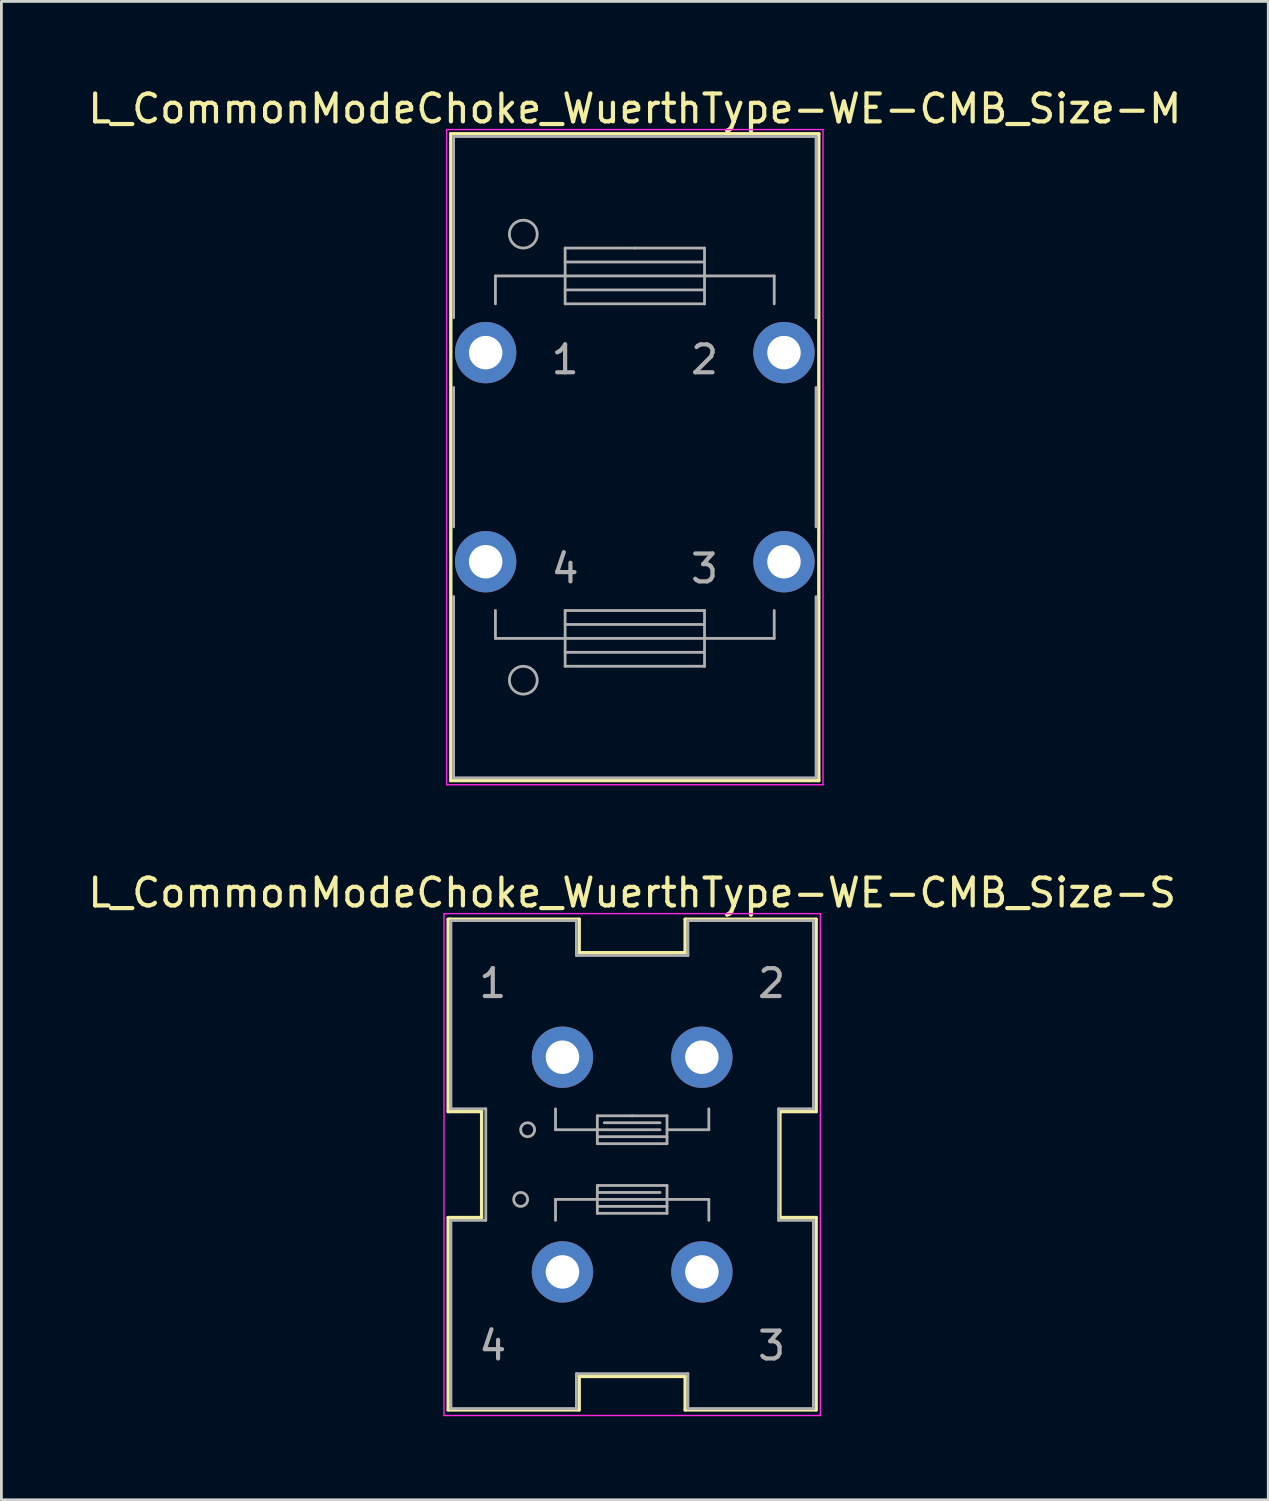
<source format=kicad_pcb>
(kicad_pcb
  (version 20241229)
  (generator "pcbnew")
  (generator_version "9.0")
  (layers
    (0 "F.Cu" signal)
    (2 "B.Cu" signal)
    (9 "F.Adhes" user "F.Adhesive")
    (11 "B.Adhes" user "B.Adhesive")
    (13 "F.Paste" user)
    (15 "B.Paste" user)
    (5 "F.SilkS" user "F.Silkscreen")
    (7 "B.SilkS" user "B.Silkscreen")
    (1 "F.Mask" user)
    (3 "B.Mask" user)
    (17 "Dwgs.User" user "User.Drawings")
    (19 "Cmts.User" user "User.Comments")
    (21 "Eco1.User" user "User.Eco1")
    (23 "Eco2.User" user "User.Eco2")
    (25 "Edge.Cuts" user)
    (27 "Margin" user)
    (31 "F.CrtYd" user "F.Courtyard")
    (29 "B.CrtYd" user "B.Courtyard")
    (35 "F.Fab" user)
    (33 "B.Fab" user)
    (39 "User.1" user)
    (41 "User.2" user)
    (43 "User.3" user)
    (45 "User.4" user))
  (footprint "L_CommonModeChoke_WuerthType-WE-CMB_Size-S"
    (layer "F.Cu")
    (at 17.125 34.871)
    (property "Reference" "L_CommonModeChoke_WuerthType-WE-CMB_Size-S" (at 2.5 -5.9 0) (layer "F.SilkS") (effects (font (size 1 1) (thickness 0.15))))
    (attr through_hole)
    (fp_line (start -4.1 -4.95) (end -4 -4.95) (stroke (width 0.12) (type solid)) (layer "F.SilkS"))
    (fp_line (start -4.1 1.95) (end -4.1 -4.95) (stroke (width 0.12) (type solid)) (layer "F.SilkS"))
    (fp_line (start -4.1 5.75) (end -2.9 5.75) (stroke (width 0.12) (type solid)) (layer "F.SilkS"))
    (fp_line (start -4.1 12.65) (end -4.1 5.75) (stroke (width 0.12) (type solid)) (layer "F.SilkS"))
    (fp_line (start -4 -4.95) (end 0.6 -4.95) (stroke (width 0.12) (type solid)) (layer "F.SilkS"))
    (fp_line (start -2.9 1.95) (end -4.1 1.95) (stroke (width 0.12) (type solid)) (layer "F.SilkS"))
    (fp_line (start -2.9 5.75) (end -2.9 1.95) (stroke (width 0.12) (type solid)) (layer "F.SilkS"))
    (fp_line (start 0.6 -4.95) (end 0.6 -3.75) (stroke (width 0.12) (type solid)) (layer "F.SilkS"))
    (fp_line (start 0.6 -3.75) (end 4.4 -3.75) (stroke (width 0.12) (type solid)) (layer "F.SilkS"))
    (fp_line (start 0.6 11.45) (end 0.6 12.65) (stroke (width 0.12) (type solid)) (layer "F.SilkS"))
    (fp_line (start 0.6 12.65) (end -4.1 12.65) (stroke (width 0.12) (type solid)) (layer "F.SilkS"))
    (fp_line (start 4.4 -4.95) (end 9.1 -4.95) (stroke (width 0.12) (type solid)) (layer "F.SilkS"))
    (fp_line (start 4.4 -3.75) (end 4.4 -4.95) (stroke (width 0.12) (type solid)) (layer "F.SilkS"))
    (fp_line (start 4.4 11.45) (end 0.6 11.45) (stroke (width 0.12) (type solid)) (layer "F.SilkS"))
    (fp_line (start 4.4 12.65) (end 4.4 11.45) (stroke (width 0.12) (type solid)) (layer "F.SilkS"))
    (fp_line (start 7.8 1.95) (end 7.8 5.75) (stroke (width 0.12) (type solid)) (layer "F.SilkS"))
    (fp_line (start 7.8 5.75) (end 9.1 5.75) (stroke (width 0.12) (type solid)) (layer "F.SilkS"))
    (fp_line (start 9.1 -4.95) (end 9.1 1.95) (stroke (width 0.12) (type solid)) (layer "F.SilkS"))
    (fp_line (start 9.1 1.95) (end 7.8 1.95) (stroke (width 0.12) (type solid)) (layer "F.SilkS"))
    (fp_line (start 9.1 5.75) (end 9.1 12.65) (stroke (width 0.12) (type solid)) (layer "F.SilkS"))
    (fp_line (start 9.1 12.65) (end 4.4 12.65) (stroke (width 0.12) (type solid)) (layer "F.SilkS"))
    (fp_line (start -4.25 -5.15) (end -4.25 12.85) (stroke (width 0.05) (type solid)) (layer "F.CrtYd"))
    (fp_line (start -4.25 12.85) (end 9.25 12.85) (stroke (width 0.05) (type solid)) (layer "F.CrtYd"))
    (fp_line (start 9.25 -5.15) (end -4.25 -5.15) (stroke (width 0.05) (type solid)) (layer "F.CrtYd"))
    (fp_line (start 9.25 12.85) (end 9.25 -5.15) (stroke (width 0.05) (type solid)) (layer "F.CrtYd"))
    (fp_line (start -4 -4.9) (end -4 1.85) (stroke (width 0.1) (type solid)) (layer "F.Fab"))
    (fp_line (start -4 1.85) (end -2.75 1.85) (stroke (width 0.1) (type solid)) (layer "F.Fab"))
    (fp_line (start -4 5.85) (end -4 12.6) (stroke (width 0.1) (type solid)) (layer "F.Fab"))
    (fp_line (start -4 12.6) (end 0.5 12.6) (stroke (width 0.1) (type solid)) (layer "F.Fab"))
    (fp_line (start -2.75 1.85) (end -2.75 5.85) (stroke (width 0.1) (type solid)) (layer "F.Fab"))
    (fp_line (start -2.75 5.85) (end -4 5.85) (stroke (width 0.1) (type solid)) (layer "F.Fab"))
    (fp_line (start -0.25 2.6) (end -0.25 1.85) (stroke (width 0.1) (type solid)) (layer "F.Fab"))
    (fp_line (start -0.25 5.1) (end -0.25 5.85) (stroke (width 0.1) (type solid)) (layer "F.Fab"))
    (fp_line (start 0.5 -4.9) (end -4 -4.9) (stroke (width 0.1) (type solid)) (layer "F.Fab"))
    (fp_line (start 0.5 -3.65) (end 0.5 -4.9) (stroke (width 0.1) (type solid)) (layer "F.Fab"))
    (fp_line (start 0.5 11.35) (end 4.5 11.35) (stroke (width 0.1) (type solid)) (layer "F.Fab"))
    (fp_line (start 0.5 12.6) (end 0.5 11.35) (stroke (width 0.1) (type solid)) (layer "F.Fab"))
    (fp_line (start 1.25 2.1) (end 2.5 2.1) (stroke (width 0.1) (type solid)) (layer "F.Fab"))
    (fp_line (start 1.25 2.6) (end -0.25 2.6) (stroke (width 0.1) (type solid)) (layer "F.Fab"))
    (fp_line (start 1.25 2.85) (end 3.75 2.85) (stroke (width 0.1) (type solid)) (layer "F.Fab"))
    (fp_line (start 1.25 3.1) (end 1.25 2.1) (stroke (width 0.1) (type solid)) (layer "F.Fab"))
    (fp_line (start 1.25 4.6) (end 3.75 4.6) (stroke (width 0.1) (type solid)) (layer "F.Fab"))
    (fp_line (start 1.25 4.85) (end 3.5 4.85) (stroke (width 0.1) (type solid)) (layer "F.Fab"))
    (fp_line (start 1.25 5.1) (end -0.25 5.1) (stroke (width 0.1) (type solid)) (layer "F.Fab"))
    (fp_line (start 1.25 5.6) (end 1.25 4.6) (stroke (width 0.1) (type solid)) (layer "F.Fab"))
    (fp_line (start 2.5 2.1) (end 3.75 2.1) (stroke (width 0.1) (type solid)) (layer "F.Fab"))
    (fp_line (start 3.5 2.35) (end 1.5 2.35) (stroke (width 0.1) (type solid)) (layer "F.Fab"))
    (fp_line (start 3.5 2.6) (end 1.25 2.6) (stroke (width 0.1) (type solid)) (layer "F.Fab"))
    (fp_line (start 3.75 2.1) (end 3.75 3.1) (stroke (width 0.1) (type solid)) (layer "F.Fab"))
    (fp_line (start 3.75 2.6) (end 5.25 2.6) (stroke (width 0.1) (type solid)) (layer "F.Fab"))
    (fp_line (start 3.75 3.1) (end 1.25 3.1) (stroke (width 0.1) (type solid)) (layer "F.Fab"))
    (fp_line (start 3.75 4.6) (end 3.75 5.6) (stroke (width 0.1) (type solid)) (layer "F.Fab"))
    (fp_line (start 3.75 5.1) (end 1.25 5.1) (stroke (width 0.1) (type solid)) (layer "F.Fab"))
    (fp_line (start 3.75 5.1) (end 5.25 5.1) (stroke (width 0.1) (type solid)) (layer "F.Fab"))
    (fp_line (start 3.75 5.35) (end 1.25 5.35) (stroke (width 0.1) (type solid)) (layer "F.Fab"))
    (fp_line (start 3.75 5.6) (end 1.25 5.6) (stroke (width 0.1) (type solid)) (layer "F.Fab"))
    (fp_line (start 4.5 -4.9) (end 4.5 -3.65) (stroke (width 0.1) (type solid)) (layer "F.Fab"))
    (fp_line (start 4.5 -3.65) (end 0.5 -3.65) (stroke (width 0.1) (type solid)) (layer "F.Fab"))
    (fp_line (start 4.5 11.35) (end 4.5 12.6) (stroke (width 0.1) (type solid)) (layer "F.Fab"))
    (fp_line (start 4.5 12.6) (end 9 12.6) (stroke (width 0.1) (type solid)) (layer "F.Fab"))
    (fp_line (start 5.25 2.6) (end 5.25 1.85) (stroke (width 0.1) (type solid)) (layer "F.Fab"))
    (fp_line (start 5.25 5.1) (end 5.25 5.85) (stroke (width 0.1) (type solid)) (layer "F.Fab"))
    (fp_line (start 7.75 1.85) (end 9 1.85) (stroke (width 0.1) (type solid)) (layer "F.Fab"))
    (fp_line (start 7.75 5.85) (end 7.75 1.85) (stroke (width 0.1) (type solid)) (layer "F.Fab"))
    (fp_line (start 9 -4.9) (end 4.5 -4.9) (stroke (width 0.1) (type solid)) (layer "F.Fab"))
    (fp_line (start 9 1.85) (end 9 -4.9) (stroke (width 0.1) (type solid)) (layer "F.Fab"))
    (fp_line (start 9 5.85) (end 7.75 5.85) (stroke (width 0.1) (type solid)) (layer "F.Fab"))
    (fp_line (start 9 12.6) (end 9 5.85) (stroke (width 0.1) (type solid)) (layer "F.Fab"))
    (fp_circle (center -1.5 5.1) (end -1.5 4.85) (stroke (width 0.1) (type solid)) (fill no) (layer "F.Fab"))
    (fp_circle (center -1.25 2.6) (end -1 2.6) (stroke (width 0.1) (type solid)) (fill no) (layer "F.Fab"))
    (fp_text user "2" (at 7.5 -2.65 0) (layer "F.Fab") (effects (font (size 1 1) (thickness 0.15))))
    (fp_text user "3" (at 7.5 10.35 0) (layer "F.Fab") (effects (font (size 1 1) (thickness 0.15))))
    (fp_text user "4" (at -2.5 10.35 0) (layer "F.Fab") (effects (font (size 1 1) (thickness 0.15))))
    (fp_text user "1" (at -2.5 -2.65 0) (layer "F.Fab") (effects (font (size 1 1) (thickness 0.15))))
    (pad "1" thru_hole circle (at 0 0) (size 2.2 2.2) (drill 1.2) (layers "*.Cu" "*.Mask"))
    (pad "2" thru_hole circle (at 5 0) (size 2.2 2.2) (drill 1.2) (layers "*.Cu" "*.Mask"))
    (pad "3" thru_hole circle (at 5 7.7) (size 2.2 2.2) (drill 1.2) (layers "*.Cu" "*.Mask"))
    (pad "4" thru_hole circle (at 0 7.7) (size 2.2 2.2) (drill 1.2) (layers "*.Cu" "*.Mask")))
  (footprint "L_CommonModeChoke_WuerthType-WE-CMB_Size-M"
    (layer "F.Cu")
    (at 14.37 9.598)
    (property "Reference" "L_CommonModeChoke_WuerthType-WE-CMB_Size-M" (at 5.35 -8.75 0) (layer "F.SilkS") (effects (font (size 1 1) (thickness 0.15))))
    (attr through_hole)
    (fp_line (start -1.25 -7.85) (end 11.95 -7.85) (stroke (width 0.12) (type solid)) (layer "F.SilkS"))
    (fp_line (start -1.25 15.35) (end -1.25 -7.85) (stroke (width 0.12) (type solid)) (layer "F.SilkS"))
    (fp_line (start 11.95 -7.85) (end 11.95 15.35) (stroke (width 0.12) (type solid)) (layer "F.SilkS"))
    (fp_line (start 11.95 15.35) (end -1.25 15.35) (stroke (width 0.12) (type solid)) (layer "F.SilkS"))
    (fp_line (start -1.4 -8) (end 12.1 -8) (stroke (width 0.05) (type solid)) (layer "F.CrtYd"))
    (fp_line (start -1.4 15.5) (end -1.4 -8) (stroke (width 0.05) (type solid)) (layer "F.CrtYd"))
    (fp_line (start 12.1 -8) (end 12.1 15.5) (stroke (width 0.05) (type solid)) (layer "F.CrtYd"))
    (fp_line (start 12.1 15.5) (end -1.4 15.5) (stroke (width 0.05) (type solid)) (layer "F.CrtYd"))
    (fp_line (start -1.15 -7.75) (end 11.85 -7.75) (stroke (width 0.1) (type solid)) (layer "F.Fab"))
    (fp_line (start -1.15 -1.25) (end -1.15 -7.75) (stroke (width 0.1) (type solid)) (layer "F.Fab"))
    (fp_line (start -1.15 6.25) (end -1.15 1.25) (stroke (width 0.1) (type solid)) (layer "F.Fab"))
    (fp_line (start -1.15 15.25) (end -1.15 8.75) (stroke (width 0.1) (type solid)) (layer "F.Fab"))
    (fp_line (start 0.35 -2.75) (end 0.35 -1.75) (stroke (width 0.1) (type solid)) (layer "F.Fab"))
    (fp_line (start 0.35 9.25) (end 0.35 10.25) (stroke (width 0.1) (type solid)) (layer "F.Fab"))
    (fp_line (start 0.35 10.25) (end 2.85 10.25) (stroke (width 0.1) (type solid)) (layer "F.Fab"))
    (fp_line (start 2.85 -3.75) (end 5.35 -3.75) (stroke (width 0.1) (type solid)) (layer "F.Fab"))
    (fp_line (start 2.85 -2.75) (end 0.35 -2.75) (stroke (width 0.1) (type solid)) (layer "F.Fab"))
    (fp_line (start 2.85 -2.75) (end 7.85 -2.75) (stroke (width 0.1) (type solid)) (layer "F.Fab"))
    (fp_line (start 2.85 -2.25) (end 7.85 -2.25) (stroke (width 0.1) (type solid)) (layer "F.Fab"))
    (fp_line (start 2.85 -1.75) (end 2.85 -3.75) (stroke (width 0.1) (type solid)) (layer "F.Fab"))
    (fp_line (start 2.85 9.25) (end 7.85 9.25) (stroke (width 0.1) (type solid)) (layer "F.Fab"))
    (fp_line (start 2.85 10.75) (end 7.85 10.75) (stroke (width 0.1) (type solid)) (layer "F.Fab"))
    (fp_line (start 2.85 11.25) (end 2.85 9.25) (stroke (width 0.1) (type solid)) (layer "F.Fab"))
    (fp_line (start 5.35 -3.75) (end 7.85 -3.75) (stroke (width 0.1) (type solid)) (layer "F.Fab"))
    (fp_line (start 7.85 -3.75) (end 7.85 -1.75) (stroke (width 0.1) (type solid)) (layer "F.Fab"))
    (fp_line (start 7.85 -3.25) (end 2.85 -3.25) (stroke (width 0.1) (type solid)) (layer "F.Fab"))
    (fp_line (start 7.85 -2.75) (end 10.35 -2.75) (stroke (width 0.1) (type solid)) (layer "F.Fab"))
    (fp_line (start 7.85 -1.75) (end 2.85 -1.75) (stroke (width 0.1) (type solid)) (layer "F.Fab"))
    (fp_line (start 7.85 9.25) (end 7.85 11.25) (stroke (width 0.1) (type solid)) (layer "F.Fab"))
    (fp_line (start 7.85 9.75) (end 2.85 9.75) (stroke (width 0.1) (type solid)) (layer "F.Fab"))
    (fp_line (start 7.85 10.25) (end 2.85 10.25) (stroke (width 0.1) (type solid)) (layer "F.Fab"))
    (fp_line (start 7.85 11.25) (end 2.85 11.25) (stroke (width 0.1) (type solid)) (layer "F.Fab"))
    (fp_line (start 10.35 -2.75) (end 10.35 -1.75) (stroke (width 0.1) (type solid)) (layer "F.Fab"))
    (fp_line (start 10.35 9.25) (end 10.35 10.25) (stroke (width 0.1) (type solid)) (layer "F.Fab"))
    (fp_line (start 10.35 10.25) (end 7.85 10.25) (stroke (width 0.1) (type solid)) (layer "F.Fab"))
    (fp_line (start 11.85 -7.75) (end 11.85 -1.25) (stroke (width 0.1) (type solid)) (layer "F.Fab"))
    (fp_line (start 11.85 1.25) (end 11.85 6.25) (stroke (width 0.1) (type solid)) (layer "F.Fab"))
    (fp_line (start 11.85 8.75) (end 11.85 15.25) (stroke (width 0.1) (type solid)) (layer "F.Fab"))
    (fp_line (start 11.85 15.25) (end -1.15 15.25) (stroke (width 0.1) (type solid)) (layer "F.Fab"))
    (fp_circle (center 1.35 -4.25) (end 1.85 -4.25) (stroke (width 0.1) (type solid)) (fill no) (layer "F.Fab"))
    (fp_circle (center 1.35 11.75) (end 1.85 11.75) (stroke (width 0.1) (type solid)) (fill no) (layer "F.Fab"))
    (fp_text user "1" (at 2.85 0.25 0) (layer "F.Fab") (effects (font (size 1 1) (thickness 0.15))))
    (fp_text user "3" (at 7.85 7.75 0) (layer "F.Fab") (effects (font (size 1 1) (thickness 0.15))))
    (fp_text user "2" (at 7.85 0.25 0) (layer "F.Fab") (effects (font (size 1 1) (thickness 0.15))))
    (fp_text user "4" (at 2.85 7.75 0) (layer "F.Fab") (effects (font (size 1 1) (thickness 0.15))))
    (pad "1" thru_hole circle (at 0 0) (size 2.2 2.2) (drill 1.2) (layers "*.Cu" "*.Mask"))
    (pad "2" thru_hole circle (at 10.7 0) (size 2.2 2.2) (drill 1.2) (layers "*.Cu" "*.Mask"))
    (pad "3" thru_hole circle (at 10.7 7.5) (size 2.2 2.2) (drill 1.2) (layers "*.Cu" "*.Mask"))
    (pad "4" thru_hole circle (at 0 7.5) (size 2.2 2.2) (drill 1.2) (layers "*.Cu" "*.Mask")))
  (gr_rect
    (start -3 -3)
    (end 42.44 50.746)
    (stroke (width 0.1) (type default))
    (fill no)
    (layer "Edge.Cuts")))
</source>
